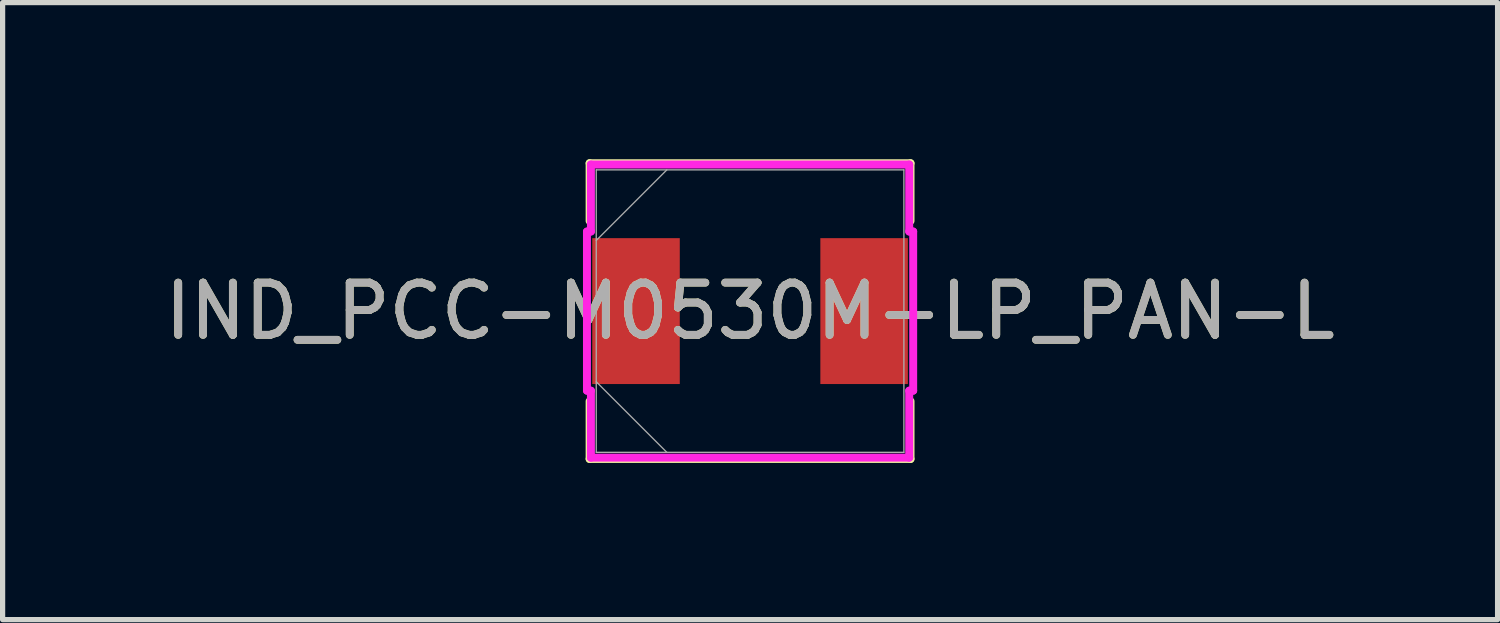
<source format=kicad_pcb>
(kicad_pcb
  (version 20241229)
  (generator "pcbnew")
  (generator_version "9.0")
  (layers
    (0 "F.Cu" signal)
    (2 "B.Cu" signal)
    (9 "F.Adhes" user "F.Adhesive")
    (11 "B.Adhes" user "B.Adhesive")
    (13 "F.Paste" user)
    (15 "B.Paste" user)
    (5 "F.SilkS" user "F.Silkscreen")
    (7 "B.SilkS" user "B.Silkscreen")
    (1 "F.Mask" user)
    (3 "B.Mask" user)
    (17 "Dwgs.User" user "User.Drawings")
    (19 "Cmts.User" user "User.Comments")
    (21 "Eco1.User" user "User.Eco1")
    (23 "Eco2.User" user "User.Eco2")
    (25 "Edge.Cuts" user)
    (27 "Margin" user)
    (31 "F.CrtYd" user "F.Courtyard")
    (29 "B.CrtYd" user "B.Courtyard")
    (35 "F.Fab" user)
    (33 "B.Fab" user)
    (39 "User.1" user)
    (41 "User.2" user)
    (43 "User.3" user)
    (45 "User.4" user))
  (footprint "IND_PCC-M0530M-LP_PAN-L"
    (layer "F.Cu")
    (at 11.315 2.908)
    (property "Reference" "IND_PCC-M0530M-LP_PAN-L" (at 0 0 0) (unlocked yes) (layer "F.SilkS") (effects (font (size 1 1) (thickness 0.15))))
    (attr smd)
    (fp_line (start -3.073 -2.832) (end -3.073 -1.726) (stroke (width 0.152) (type solid)) (layer "F.SilkS"))
    (fp_line (start -3.073 1.726) (end -3.073 2.832) (stroke (width 0.152) (type solid)) (layer "F.SilkS"))
    (fp_line (start -3.073 2.832) (end 3.073 2.832) (stroke (width 0.152) (type solid)) (layer "F.SilkS"))
    (fp_line (start 3.073 -2.832) (end -3.073 -2.832) (stroke (width 0.152) (type solid)) (layer "F.SilkS"))
    (fp_line (start 3.073 -1.726) (end 3.073 -2.832) (stroke (width 0.152) (type solid)) (layer "F.SilkS"))
    (fp_line (start 3.073 2.832) (end 3.073 1.726) (stroke (width 0.152) (type solid)) (layer "F.SilkS"))
    (fp_line (start -3.124 -1.524) (end -3.048 -1.524) (stroke (width 0.152) (type solid)) (layer "F.CrtYd"))
    (fp_line (start -3.124 1.524) (end -3.124 -1.524) (stroke (width 0.152) (type solid)) (layer "F.CrtYd"))
    (fp_line (start -3.048 -2.807) (end 3.048 -2.807) (stroke (width 0.152) (type solid)) (layer "F.CrtYd"))
    (fp_line (start -3.048 -1.524) (end -3.048 -2.807) (stroke (width 0.152) (type solid)) (layer "F.CrtYd"))
    (fp_line (start -3.048 1.524) (end -3.124 1.524) (stroke (width 0.152) (type solid)) (layer "F.CrtYd"))
    (fp_line (start -3.048 1.524) (end -3.048 2.807) (stroke (width 0.152) (type solid)) (layer "F.CrtYd"))
    (fp_line (start -3.048 2.807) (end 3.048 2.807) (stroke (width 0.152) (type solid)) (layer "F.CrtYd"))
    (fp_line (start 3.048 -2.807) (end 3.048 -1.524) (stroke (width 0.152) (type solid)) (layer "F.CrtYd"))
    (fp_line (start 3.048 -1.524) (end 3.124 -1.524) (stroke (width 0.152) (type solid)) (layer "F.CrtYd"))
    (fp_line (start 3.048 1.524) (end 3.124 1.524) (stroke (width 0.152) (type solid)) (layer "F.CrtYd"))
    (fp_line (start 3.048 2.807) (end 3.048 1.524) (stroke (width 0.152) (type solid)) (layer "F.CrtYd"))
    (fp_line (start 3.124 -1.524) (end 3.124 1.524) (stroke (width 0.152) (type solid)) (layer "F.CrtYd"))
    (fp_line (start -2.946 -2.705) (end -2.946 2.705) (stroke (width 0.025) (type solid)) (layer "F.Fab"))
    (fp_line (start -2.946 -1.353) (end -1.594 -2.705) (stroke (width 0.025) (type solid)) (layer "F.Fab"))
    (fp_line (start -2.946 1.353) (end -1.594 2.705) (stroke (width 0.025) (type solid)) (layer "F.Fab"))
    (fp_line (start -2.946 2.705) (end 2.946 2.705) (stroke (width 0.025) (type solid)) (layer "F.Fab"))
    (fp_line (start 2.946 -2.705) (end -2.946 -2.705) (stroke (width 0.025) (type solid)) (layer "F.Fab"))
    (fp_line (start 2.946 2.705) (end 2.946 -2.705) (stroke (width 0.025) (type solid)) (layer "F.Fab"))
    (fp_text user "${REFERENCE}" (at 0 0 0) (unlocked yes) (layer "F.Fab") (effects (font (size 1 1) (thickness 0.15))))
    (pad "1" smd rect (at -2.184 0 90) (size 2.794 1.676) (layers "F.Cu" "F.Mask" "F.Paste"))
    (pad "2" smd rect (at 2.184 0 90) (size 2.794 1.676) (layers "F.Cu" "F.Mask" "F.Paste")))
  (gr_rect
    (start -3 -3)
    (end 25.631 8.817)
    (stroke (width 0.1) (type default))
    (fill no)
    (layer "Edge.Cuts")))
</source>
